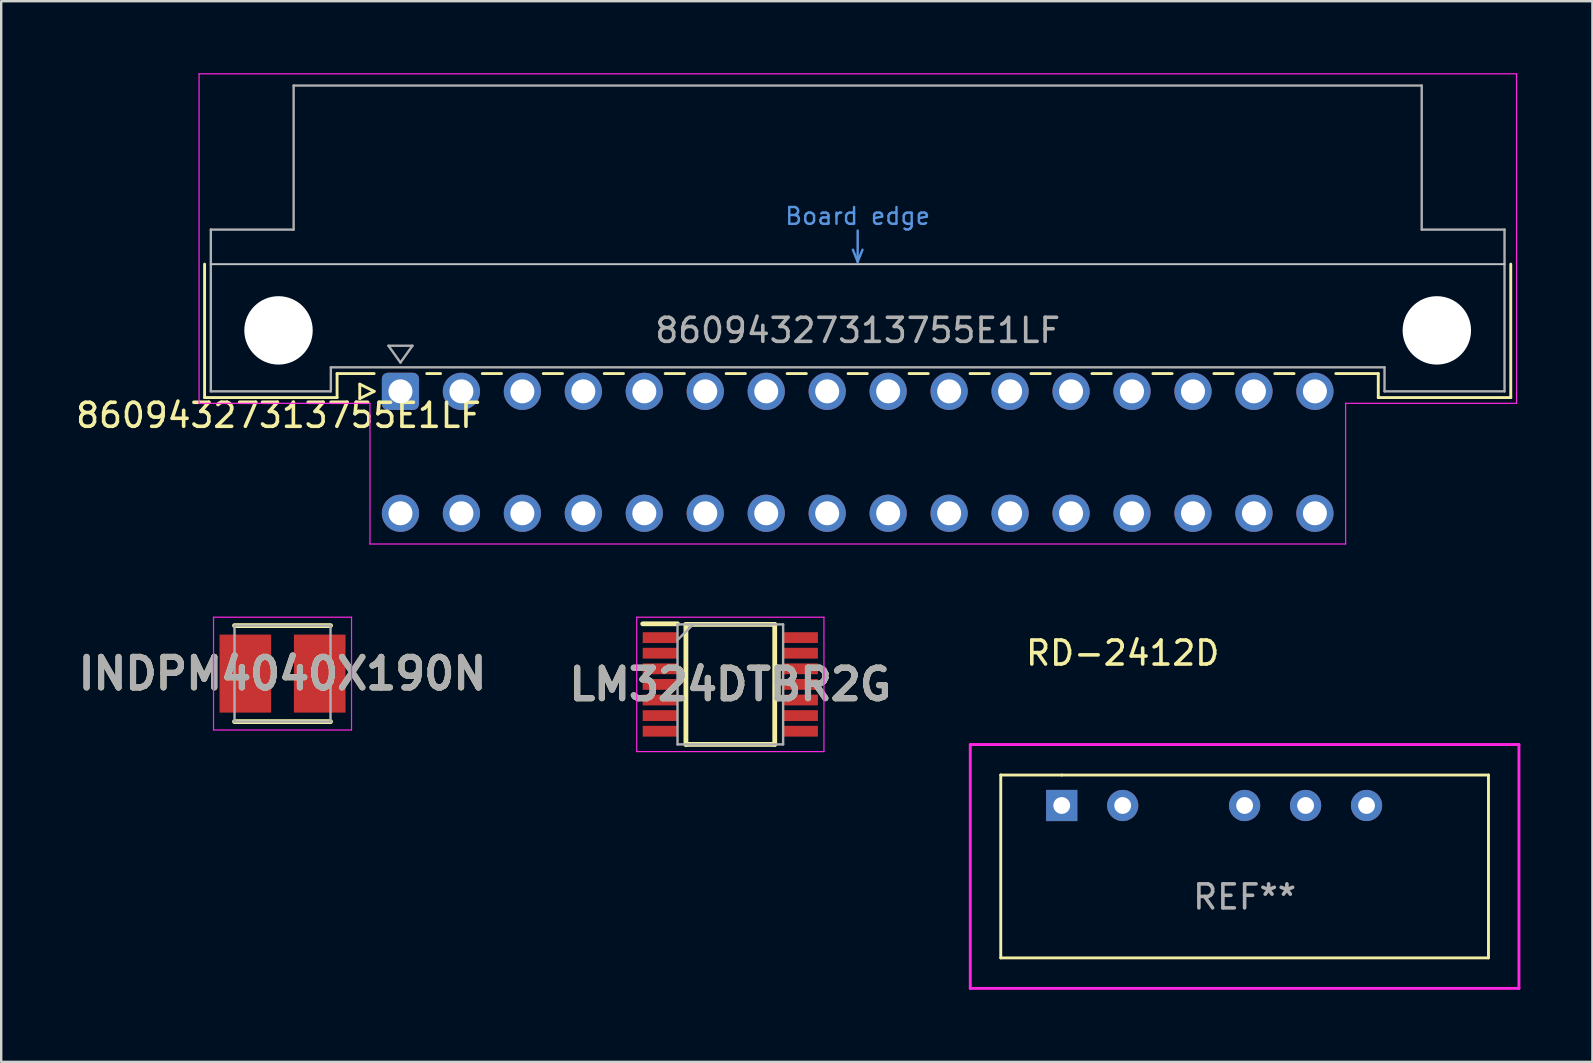
<source format=kicad_pcb>
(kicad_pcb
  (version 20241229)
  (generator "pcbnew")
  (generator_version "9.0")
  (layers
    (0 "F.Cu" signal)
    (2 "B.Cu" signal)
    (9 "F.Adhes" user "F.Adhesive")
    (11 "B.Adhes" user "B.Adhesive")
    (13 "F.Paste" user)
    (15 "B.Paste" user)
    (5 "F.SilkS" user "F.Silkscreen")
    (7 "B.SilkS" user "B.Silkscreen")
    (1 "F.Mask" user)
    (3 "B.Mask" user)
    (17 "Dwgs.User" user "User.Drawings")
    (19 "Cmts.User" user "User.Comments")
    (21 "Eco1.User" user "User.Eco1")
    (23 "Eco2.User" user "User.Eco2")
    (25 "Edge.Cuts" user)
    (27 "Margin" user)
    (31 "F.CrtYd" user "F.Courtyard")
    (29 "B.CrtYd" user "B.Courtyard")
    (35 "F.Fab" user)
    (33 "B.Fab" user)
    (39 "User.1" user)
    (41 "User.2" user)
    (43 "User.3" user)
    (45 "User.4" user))
  (footprint "INDPM4040X190N"
    (layer "F.Cu")
    (at 8.721 25.015)
    (property "Reference" "INDPM4040X190N" (at 0 0 0) (layer "F.SilkS") (effects (font (size 1.27 1.27) (thickness 0.254))))
    (attr smd)
    (fp_line (start -2 2) (end 2 2) (stroke (width 0.2) (type solid)) (layer "F.SilkS"))
    (fp_line (start 2 -2) (end -2 -2) (stroke (width 0.2) (type solid)) (layer "F.SilkS"))
    (fp_line (start -2.875 -2.35) (end 2.875 -2.35) (stroke (width 0.05) (type solid)) (layer "F.CrtYd"))
    (fp_line (start -2.875 2.35) (end -2.875 -2.35) (stroke (width 0.05) (type solid)) (layer "F.CrtYd"))
    (fp_line (start 2.875 -2.35) (end 2.875 2.35) (stroke (width 0.05) (type solid)) (layer "F.CrtYd"))
    (fp_line (start 2.875 2.35) (end -2.875 2.35) (stroke (width 0.05) (type solid)) (layer "F.CrtYd"))
    (fp_line (start -2 -2) (end 2 -2) (stroke (width 0.1) (type solid)) (layer "F.Fab"))
    (fp_line (start -2 2) (end -2 -2) (stroke (width 0.1) (type solid)) (layer "F.Fab"))
    (fp_line (start 2 -2) (end 2 2) (stroke (width 0.1) (type solid)) (layer "F.Fab"))
    (fp_line (start 2 2) (end -2 2) (stroke (width 0.1) (type solid)) (layer "F.Fab"))
    (fp_text user "${REFERENCE}" (at 0 0 0) (layer "F.Fab") (effects (font (size 1.27 1.27) (thickness 0.254))))
    (pad "1" smd rect (at -1.55 0) (size 2.15 3.25) (layers "F.Cu" "F.Mask" "F.Paste"))
    (pad "2" smd rect (at 1.55 0) (size 2.15 3.25) (layers "F.Cu" "F.Mask" "F.Paste")))
  (footprint "LM324DTBR2G"
    (layer "F.Cu")
    (at 27.378 25.465)
    (property "Reference" "LM324DTBR2G" (at 0 0 0) (layer "F.SilkS") (effects (font (size 1.27 1.27) (thickness 0.254))))
    (attr smd)
    (fp_line (start -3.65 -2.525) (end -2.2 -2.525) (stroke (width 0.2) (type solid)) (layer "F.SilkS"))
    (fp_line (start -1.85 -2.5) (end 1.85 -2.5) (stroke (width 0.2) (type solid)) (layer "F.SilkS"))
    (fp_line (start -1.85 2.5) (end -1.85 -2.5) (stroke (width 0.2) (type solid)) (layer "F.SilkS"))
    (fp_line (start 1.85 -2.5) (end 1.85 2.5) (stroke (width 0.2) (type solid)) (layer "F.SilkS"))
    (fp_line (start 1.85 2.5) (end -1.85 2.5) (stroke (width 0.2) (type solid)) (layer "F.SilkS"))
    (fp_line (start -3.9 -2.8) (end 3.9 -2.8) (stroke (width 0.05) (type solid)) (layer "F.CrtYd"))
    (fp_line (start -3.9 2.8) (end -3.9 -2.8) (stroke (width 0.05) (type solid)) (layer "F.CrtYd"))
    (fp_line (start 3.9 -2.8) (end 3.9 2.8) (stroke (width 0.05) (type solid)) (layer "F.CrtYd"))
    (fp_line (start 3.9 2.8) (end -3.9 2.8) (stroke (width 0.05) (type solid)) (layer "F.CrtYd"))
    (fp_line (start -2.2 -2.5) (end 2.2 -2.5) (stroke (width 0.1) (type solid)) (layer "F.Fab"))
    (fp_line (start -2.2 -1.85) (end -1.55 -2.5) (stroke (width 0.1) (type solid)) (layer "F.Fab"))
    (fp_line (start -2.2 2.5) (end -2.2 -2.5) (stroke (width 0.1) (type solid)) (layer "F.Fab"))
    (fp_line (start 2.2 -2.5) (end 2.2 2.5) (stroke (width 0.1) (type solid)) (layer "F.Fab"))
    (fp_line (start 2.2 2.5) (end -2.2 2.5) (stroke (width 0.1) (type solid)) (layer "F.Fab"))
    (fp_text user "${REFERENCE}" (at 0 0 0) (layer "F.Fab") (effects (font (size 1.27 1.27) (thickness 0.254))))
    (pad "1" smd rect (at -2.925 -1.95 90) (size 0.45 1.45) (layers "F.Cu" "F.Mask" "F.Paste"))
    (pad "2" smd rect (at -2.925 -1.3 90) (size 0.45 1.45) (layers "F.Cu" "F.Mask" "F.Paste"))
    (pad "3" smd rect (at -2.925 -0.65 90) (size 0.45 1.45) (layers "F.Cu" "F.Mask" "F.Paste"))
    (pad "4" smd rect (at -2.925 0 90) (size 0.45 1.45) (layers "F.Cu" "F.Mask" "F.Paste"))
    (pad "5" smd rect (at -2.925 0.65 90) (size 0.45 1.45) (layers "F.Cu" "F.Mask" "F.Paste"))
    (pad "6" smd rect (at -2.925 1.3 90) (size 0.45 1.45) (layers "F.Cu" "F.Mask" "F.Paste"))
    (pad "7" smd rect (at -2.925 1.95 90) (size 0.45 1.45) (layers "F.Cu" "F.Mask" "F.Paste"))
    (pad "8" smd rect (at 2.925 1.95 90) (size 0.45 1.45) (layers "F.Cu" "F.Mask" "F.Paste"))
    (pad "9" smd rect (at 2.925 1.3 90) (size 0.45 1.45) (layers "F.Cu" "F.Mask" "F.Paste"))
    (pad "10" smd rect (at 2.925 0.65 90) (size 0.45 1.45) (layers "F.Cu" "F.Mask" "F.Paste"))
    (pad "11" smd rect (at 2.925 0 90) (size 0.45 1.45) (layers "F.Cu" "F.Mask" "F.Paste"))
    (pad "12" smd rect (at 2.925 -0.65 90) (size 0.45 1.45) (layers "F.Cu" "F.Mask" "F.Paste"))
    (pad "13" smd rect (at 2.925 -1.3 90) (size 0.45 1.45) (layers "F.Cu" "F.Mask" "F.Paste"))
    (pad "14" smd rect (at 2.925 -1.95 90) (size 0.45 1.45) (layers "F.Cu" "F.Mask" "F.Paste")))
  (footprint "86094327313755E1LF"
    (layer "F.Cu")
    (at 32.684 8.175)
    (property "Reference" "86094327313755E1LF" (at -24.13 6.08 0) (layer "F.SilkS") (effects (font (size 1 1) (thickness 0.15))))
    (attr through_hole)
    (fp_line (start -27.21 -0.22) (end -27.21 5.34) (stroke (width 0.12) (type solid)) (layer "F.SilkS"))
    (fp_line (start -27.21 5.34) (end -21.69 5.34) (stroke (width 0.12) (type solid)) (layer "F.SilkS"))
    (fp_line (start -21.69 4.34) (end -20.145 4.34) (stroke (width 0.12) (type solid)) (layer "F.SilkS"))
    (fp_line (start -21.69 5.34) (end -21.69 4.34) (stroke (width 0.12) (type solid)) (layer "F.SilkS"))
    (fp_line (start -20.745 4.78) (end -20.745 5.38) (stroke (width 0.12) (type solid)) (layer "F.SilkS"))
    (fp_line (start -20.745 5.38) (end -20.145 5.08) (stroke (width 0.12) (type solid)) (layer "F.SilkS"))
    (fp_line (start -20.145 5.08) (end -20.745 4.78) (stroke (width 0.12) (type solid)) (layer "F.SilkS"))
    (fp_line (start -17.955 4.34) (end -17.379 4.34) (stroke (width 0.12) (type solid)) (layer "F.SilkS"))
    (fp_line (start -15.64 4.34) (end -14.839 4.34) (stroke (width 0.12) (type solid)) (layer "F.SilkS"))
    (fp_line (start -13.1 4.34) (end -12.299 4.34) (stroke (width 0.12) (type solid)) (layer "F.SilkS"))
    (fp_line (start -10.56 4.34) (end -9.759 4.34) (stroke (width 0.12) (type solid)) (layer "F.SilkS"))
    (fp_line (start -8.02 4.34) (end -7.219 4.34) (stroke (width 0.12) (type solid)) (layer "F.SilkS"))
    (fp_line (start -5.48 4.34) (end -4.679 4.34) (stroke (width 0.12) (type solid)) (layer "F.SilkS"))
    (fp_line (start -2.94 4.34) (end -2.139 4.34) (stroke (width 0.12) (type solid)) (layer "F.SilkS"))
    (fp_line (start -0.4 4.34) (end 0.401 4.34) (stroke (width 0.12) (type solid)) (layer "F.SilkS"))
    (fp_line (start 2.14 4.34) (end 2.941 4.34) (stroke (width 0.12) (type solid)) (layer "F.SilkS"))
    (fp_line (start 4.68 4.34) (end 5.481 4.34) (stroke (width 0.12) (type solid)) (layer "F.SilkS"))
    (fp_line (start 7.22 4.34) (end 8.021 4.34) (stroke (width 0.12) (type solid)) (layer "F.SilkS"))
    (fp_line (start 9.76 4.34) (end 10.561 4.34) (stroke (width 0.12) (type solid)) (layer "F.SilkS"))
    (fp_line (start 12.3 4.34) (end 13.101 4.34) (stroke (width 0.12) (type solid)) (layer "F.SilkS"))
    (fp_line (start 14.84 4.34) (end 15.641 4.34) (stroke (width 0.12) (type solid)) (layer "F.SilkS"))
    (fp_line (start 17.38 4.34) (end 18.181 4.34) (stroke (width 0.12) (type solid)) (layer "F.SilkS"))
    (fp_line (start 19.92 4.34) (end 21.69 4.34) (stroke (width 0.12) (type solid)) (layer "F.SilkS"))
    (fp_line (start 21.69 5.34) (end 21.69 4.34) (stroke (width 0.12) (type solid)) (layer "F.SilkS"))
    (fp_line (start 27.21 -0.22) (end 27.21 5.34) (stroke (width 0.12) (type solid)) (layer "F.SilkS"))
    (fp_line (start 27.21 5.34) (end 21.69 5.34) (stroke (width 0.12) (type solid)) (layer "F.SilkS"))
    (fp_line (start -26.95 -0.22) (end 26.95 -0.22) (stroke (width 0.08) (type solid)) (layer "Dwgs.User"))
    (fp_line (start -0.2 -0.82) (end 0 -0.32) (stroke (width 0.1) (type solid)) (layer "Cmts.User"))
    (fp_line (start 0 -0.32) (end 0 -1.62) (stroke (width 0.1) (type solid)) (layer "Cmts.User"))
    (fp_line (start 0 -0.32) (end 0.2 -0.82) (stroke (width 0.1) (type solid)) (layer "Cmts.User"))
    (fp_line (start -27.44 -8.15) (end -27.44 5.58) (stroke (width 0.05) (type solid)) (layer "F.CrtYd"))
    (fp_line (start -27.44 5.58) (end -20.32 5.58) (stroke (width 0.05) (type solid)) (layer "F.CrtYd"))
    (fp_line (start -20.32 5.58) (end -20.32 11.44) (stroke (width 0.05) (type solid)) (layer "F.CrtYd"))
    (fp_line (start -20.32 11.44) (end 20.33 11.44) (stroke (width 0.05) (type solid)) (layer "F.CrtYd"))
    (fp_line (start 20.33 5.58) (end 27.45 5.58) (stroke (width 0.05) (type solid)) (layer "F.CrtYd"))
    (fp_line (start 20.33 11.44) (end 20.33 5.58) (stroke (width 0.05) (type solid)) (layer "F.CrtYd"))
    (fp_line (start 27.45 -8.15) (end -27.44 -8.15) (stroke (width 0.05) (type solid)) (layer "F.CrtYd"))
    (fp_line (start 27.45 5.58) (end 27.45 -8.15) (stroke (width 0.05) (type solid)) (layer "F.CrtYd"))
    (fp_line (start -26.95 -1.66) (end -26.95 5.08) (stroke (width 0.1) (type solid)) (layer "F.Fab"))
    (fp_line (start -26.95 5.08) (end -21.95 5.08) (stroke (width 0.1) (type solid)) (layer "F.Fab"))
    (fp_line (start -23.5 -7.66) (end -23.5 -1.66) (stroke (width 0.1) (type solid)) (layer "F.Fab"))
    (fp_line (start -23.5 -1.66) (end -26.95 -1.66) (stroke (width 0.1) (type solid)) (layer "F.Fab"))
    (fp_line (start -21.95 4.08) (end 21.95 4.08) (stroke (width 0.1) (type solid)) (layer "F.Fab"))
    (fp_line (start -21.95 5.08) (end -21.95 4.08) (stroke (width 0.1) (type solid)) (layer "F.Fab"))
    (fp_line (start -19.55 3.18) (end -18.55 3.18) (stroke (width 0.1) (type solid)) (layer "F.Fab"))
    (fp_line (start -19.05 3.88) (end -19.55 3.18) (stroke (width 0.1) (type solid)) (layer "F.Fab"))
    (fp_line (start -18.55 3.18) (end -19.05 3.88) (stroke (width 0.1) (type solid)) (layer "F.Fab"))
    (fp_line (start 21.95 4.08) (end 21.95 5.08) (stroke (width 0.1) (type solid)) (layer "F.Fab"))
    (fp_line (start 21.95 5.08) (end 26.95 5.08) (stroke (width 0.1) (type solid)) (layer "F.Fab"))
    (fp_line (start 23.5 -7.66) (end -23.5 -7.66) (stroke (width 0.1) (type solid)) (layer "F.Fab"))
    (fp_line (start 23.5 -1.66) (end 23.5 -7.66) (stroke (width 0.1) (type solid)) (layer "F.Fab"))
    (fp_line (start 26.95 -1.66) (end 23.5 -1.66) (stroke (width 0.1) (type solid)) (layer "F.Fab"))
    (fp_line (start 26.95 5.08) (end 26.95 -1.66) (stroke (width 0.1) (type solid)) (layer "F.Fab"))
    (fp_text user "Board edge" (at 0 -2.22 0) (layer "Cmts.User") (effects (font (size 0.7 0.7) (thickness 0.1))))
    (fp_text user "${REFERENCE}" (at 0 2.54 0) (layer "F.Fab") (effects (font (size 1 1) (thickness 0.15))))
    (pad "" np_thru_hole circle (at -24.13 2.54) (size 2.85 2.85) (drill 2.85) (layers "*.Cu" "*.Mask"))
    (pad "" np_thru_hole circle (at 24.13 2.54) (size 2.85 2.85) (drill 2.85) (layers "*.Cu" "*.Mask"))
    (pad "1" thru_hole roundrect (at -19.05 5.08) (size 1.55 1.55) (drill 1) (layers "*.Cu" "*.Mask") (roundrect_rratio 0.161))
    (pad "2" thru_hole circle (at -16.51 5.08) (size 1.55 1.55) (drill 1) (layers "*.Cu" "*.Mask"))
    (pad "3" thru_hole circle (at -13.97 5.08) (size 1.55 1.55) (drill 1) (layers "*.Cu" "*.Mask"))
    (pad "4" thru_hole circle (at -11.43 5.08) (size 1.55 1.55) (drill 1) (layers "*.Cu" "*.Mask"))
    (pad "5" thru_hole circle (at -8.89 5.08) (size 1.55 1.55) (drill 1) (layers "*.Cu" "*.Mask"))
    (pad "6" thru_hole circle (at -6.35 5.08) (size 1.55 1.55) (drill 1) (layers "*.Cu" "*.Mask"))
    (pad "7" thru_hole circle (at -3.81 5.08) (size 1.55 1.55) (drill 1) (layers "*.Cu" "*.Mask"))
    (pad "8" thru_hole circle (at -1.27 5.08) (size 1.55 1.55) (drill 1) (layers "*.Cu" "*.Mask"))
    (pad "9" thru_hole circle (at 1.27 5.08) (size 1.55 1.55) (drill 1) (layers "*.Cu" "*.Mask"))
    (pad "10" thru_hole circle (at 3.81 5.08) (size 1.55 1.55) (drill 1) (layers "*.Cu" "*.Mask"))
    (pad "11" thru_hole circle (at 6.35 5.08) (size 1.55 1.55) (drill 1) (layers "*.Cu" "*.Mask"))
    (pad "12" thru_hole circle (at 8.89 5.08) (size 1.55 1.55) (drill 1) (layers "*.Cu" "*.Mask"))
    (pad "13" thru_hole circle (at 11.43 5.08) (size 1.55 1.55) (drill 1) (layers "*.Cu" "*.Mask"))
    (pad "14" thru_hole circle (at 13.97 5.08) (size 1.55 1.55) (drill 1) (layers "*.Cu" "*.Mask"))
    (pad "15" thru_hole circle (at 16.51 5.08) (size 1.55 1.55) (drill 1) (layers "*.Cu" "*.Mask"))
    (pad "16" thru_hole circle (at 19.05 5.08) (size 1.55 1.55) (drill 1) (layers "*.Cu" "*.Mask"))
    (pad "17" thru_hole circle (at -19.05 10.16) (size 1.55 1.55) (drill 1) (layers "*.Cu" "*.Mask"))
    (pad "18" thru_hole circle (at -16.51 10.16) (size 1.55 1.55) (drill 1) (layers "*.Cu" "*.Mask"))
    (pad "19" thru_hole circle (at -13.97 10.16) (size 1.55 1.55) (drill 1) (layers "*.Cu" "*.Mask"))
    (pad "20" thru_hole circle (at -11.43 10.16) (size 1.55 1.55) (drill 1) (layers "*.Cu" "*.Mask"))
    (pad "21" thru_hole circle (at -8.89 10.16) (size 1.55 1.55) (drill 1) (layers "*.Cu" "*.Mask"))
    (pad "22" thru_hole circle (at -6.35 10.16) (size 1.55 1.55) (drill 1) (layers "*.Cu" "*.Mask"))
    (pad "23" thru_hole circle (at -3.81 10.16) (size 1.55 1.55) (drill 1) (layers "*.Cu" "*.Mask"))
    (pad "24" thru_hole circle (at -1.27 10.16) (size 1.55 1.55) (drill 1) (layers "*.Cu" "*.Mask"))
    (pad "25" thru_hole circle (at 1.27 10.16) (size 1.55 1.55) (drill 1) (layers "*.Cu" "*.Mask"))
    (pad "26" thru_hole circle (at 3.81 10.16) (size 1.55 1.55) (drill 1) (layers "*.Cu" "*.Mask"))
    (pad "27" thru_hole circle (at 6.35 10.16) (size 1.55 1.55) (drill 1) (layers "*.Cu" "*.Mask"))
    (pad "28" thru_hole circle (at 8.89 10.16) (size 1.55 1.55) (drill 1) (layers "*.Cu" "*.Mask"))
    (pad "29" thru_hole circle (at 11.43 10.16) (size 1.55 1.55) (drill 1) (layers "*.Cu" "*.Mask"))
    (pad "30" thru_hole circle (at 13.97 10.16) (size 1.55 1.55) (drill 1) (layers "*.Cu" "*.Mask"))
    (pad "31" thru_hole circle (at 16.51 10.16) (size 1.55 1.55) (drill 1) (layers "*.Cu" "*.Mask"))
    (pad "32" thru_hole circle (at 19.05 10.16) (size 1.55 1.55) (drill 1) (layers "*.Cu" "*.Mask")))
  (footprint "RD-2412D"
    (layer "F.Cu")
    (at 44.995 22.89)
    (property "Reference" "RD-2412D" (at -1.27 1.27 0) (layer "F.SilkS") (effects (font (size 1 1) (thickness 0.15))))
    (attr through_hole)
    (fp_line (start -6.35 6.35) (end -6.35 13.97) (stroke (width 0.12) (type solid)) (layer "F.SilkS"))
    (fp_line (start -6.35 13.97) (end 13.97 13.97) (stroke (width 0.12) (type solid)) (layer "F.SilkS"))
    (fp_line (start -3.81 6.35) (end -6.35 6.35) (stroke (width 0.12) (type solid)) (layer "F.SilkS"))
    (fp_line (start 13.97 6.35) (end -3.81 6.35) (stroke (width 0.12) (type solid)) (layer "F.SilkS"))
    (fp_line (start 13.97 13.97) (end 13.97 6.35) (stroke (width 0.12) (type solid)) (layer "F.SilkS"))
    (fp_line (start -7.62 5.08) (end -7.62 15.24) (stroke (width 0.12) (type solid)) (layer "F.CrtYd"))
    (fp_line (start -7.62 15.24) (end 15.24 15.24) (stroke (width 0.12) (type solid)) (layer "F.CrtYd"))
    (fp_line (start 15.24 5.08) (end -7.62 5.08) (stroke (width 0.12) (type solid)) (layer "F.CrtYd"))
    (fp_line (start 15.24 15.24) (end 15.24 5.08) (stroke (width 0.12) (type solid)) (layer "F.CrtYd"))
    (fp_text user "REF**" (at 3.81 11.43 0) (layer "F.Fab") (effects (font (size 1 1) (thickness 0.15))))
    (pad "1" thru_hole rect (at -3.81 7.62) (size 1.3 1.3) (drill 0.7) (layers "*.Cu" "*.Mask"))
    (pad "2" thru_hole circle (at -1.27 7.62) (size 1.3 1.3) (drill 0.7) (layers "*.Cu" "*.Mask"))
    (pad "4" thru_hole circle (at 3.81 7.62) (size 1.3 1.3) (drill 0.7) (layers "*.Cu" "*.Mask"))
    (pad "5" thru_hole circle (at 6.35 7.62) (size 1.3 1.3) (drill 0.7) (layers "*.Cu" "*.Mask"))
    (pad "6" thru_hole circle (at 8.89 7.62) (size 1.3 1.3) (drill 0.7) (layers "*.Cu" "*.Mask")))
  (gr_rect
    (start -3 -3)
    (end 63.295 41.19)
    (stroke (width 0.1) (type default))
    (fill no)
    (layer "Edge.Cuts")))
</source>
